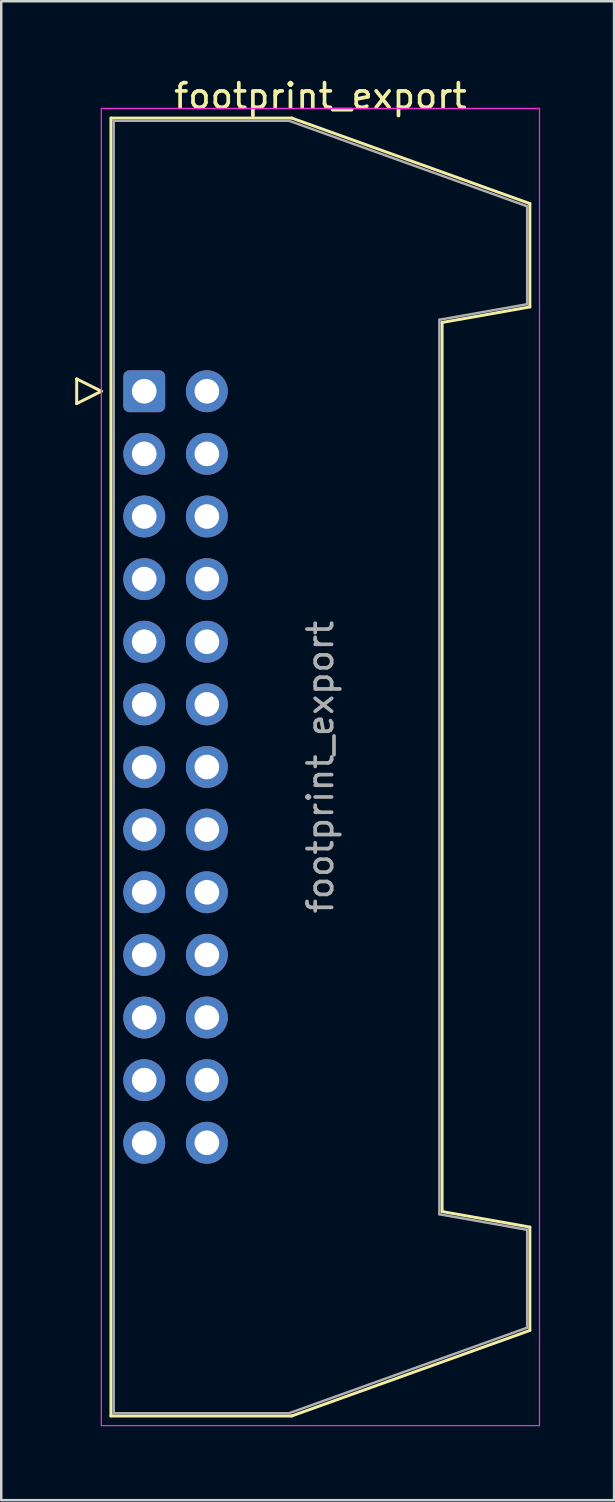
<source format=kicad_pcb>
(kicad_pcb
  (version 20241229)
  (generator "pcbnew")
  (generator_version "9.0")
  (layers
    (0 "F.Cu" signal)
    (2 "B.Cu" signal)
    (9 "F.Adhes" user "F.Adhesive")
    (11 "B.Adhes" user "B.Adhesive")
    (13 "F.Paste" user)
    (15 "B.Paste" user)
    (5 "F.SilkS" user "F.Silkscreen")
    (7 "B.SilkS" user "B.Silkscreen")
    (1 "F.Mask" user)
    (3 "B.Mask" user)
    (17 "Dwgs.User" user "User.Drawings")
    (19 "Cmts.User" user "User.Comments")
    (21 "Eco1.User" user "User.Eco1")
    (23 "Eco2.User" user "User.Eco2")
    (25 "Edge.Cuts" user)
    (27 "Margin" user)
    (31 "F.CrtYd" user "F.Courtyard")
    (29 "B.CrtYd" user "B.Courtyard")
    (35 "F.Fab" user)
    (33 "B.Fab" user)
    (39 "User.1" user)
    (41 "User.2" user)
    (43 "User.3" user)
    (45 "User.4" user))
  (footprint "footprint_export"
    (layer "F.Cu")
    (at 2.8 12.818)
    (property "Reference" "footprint_export" (at 7.145 -11.97 0) (layer "F.SilkS") (effects (font (size 1 1) (thickness 0.15))))
    (attr through_hole)
    (fp_line (start -2.74 -0.5) (end -2.74 0.5) (stroke (width 0.12) (type solid)) (layer "F.SilkS"))
    (fp_line (start -2.74 0.5) (end -1.74 0) (stroke (width 0.12) (type solid)) (layer "F.SilkS"))
    (fp_line (start -1.74 0) (end -2.74 -0.5) (stroke (width 0.12) (type solid)) (layer "F.SilkS"))
    (fp_line (start -1.35 -11.08) (end 5.98 -11.08) (stroke (width 0.12) (type solid)) (layer "F.SilkS"))
    (fp_line (start -1.35 41.56) (end -1.35 -11.08) (stroke (width 0.12) (type solid)) (layer "F.SilkS"))
    (fp_line (start 5.98 -11.08) (end 15.64 -7.61) (stroke (width 0.12) (type solid)) (layer "F.SilkS"))
    (fp_line (start 5.98 41.56) (end -1.35 41.56) (stroke (width 0.12) (type solid)) (layer "F.SilkS"))
    (fp_line (start 12.08 -2.79) (end 12.08 33.27) (stroke (width 0.12) (type solid)) (layer "F.SilkS"))
    (fp_line (start 12.08 33.27) (end 15.64 33.9) (stroke (width 0.12) (type solid)) (layer "F.SilkS"))
    (fp_line (start 15.64 -7.61) (end 15.64 -3.42) (stroke (width 0.12) (type solid)) (layer "F.SilkS"))
    (fp_line (start 15.64 -3.42) (end 12.08 -2.79) (stroke (width 0.12) (type solid)) (layer "F.SilkS"))
    (fp_line (start 15.64 33.9) (end 15.64 38.09) (stroke (width 0.12) (type solid)) (layer "F.SilkS"))
    (fp_line (start 15.64 38.09) (end 5.98 41.56) (stroke (width 0.12) (type solid)) (layer "F.SilkS"))
    (fp_line (start -1.74 -11.47) (end -1.74 41.95) (stroke (width 0.05) (type solid)) (layer "F.CrtYd"))
    (fp_line (start -1.74 41.95) (end 16.03 41.95) (stroke (width 0.05) (type solid)) (layer "F.CrtYd"))
    (fp_line (start 16.03 -11.47) (end -1.74 -11.47) (stroke (width 0.05) (type solid)) (layer "F.CrtYd"))
    (fp_line (start 16.03 41.95) (end 16.03 -11.47) (stroke (width 0.05) (type solid)) (layer "F.CrtYd"))
    (fp_line (start -1.24 -10.97) (end 5.87 -10.97) (stroke (width 0.1) (type solid)) (layer "F.Fab"))
    (fp_line (start -1.24 41.45) (end -1.24 -10.97) (stroke (width 0.1) (type solid)) (layer "F.Fab"))
    (fp_line (start 5.87 -10.97) (end 15.53 -7.5) (stroke (width 0.1) (type solid)) (layer "F.Fab"))
    (fp_line (start 5.87 41.45) (end -1.24 41.45) (stroke (width 0.1) (type solid)) (layer "F.Fab"))
    (fp_line (start 11.97 -2.9) (end 11.97 33.38) (stroke (width 0.1) (type solid)) (layer "F.Fab"))
    (fp_line (start 11.97 33.38) (end 15.53 34.01) (stroke (width 0.1) (type solid)) (layer "F.Fab"))
    (fp_line (start 15.53 -7.5) (end 15.53 -3.53) (stroke (width 0.1) (type solid)) (layer "F.Fab"))
    (fp_line (start 15.53 -3.53) (end 11.97 -2.9) (stroke (width 0.1) (type solid)) (layer "F.Fab"))
    (fp_line (start 15.53 34.01) (end 15.53 37.98) (stroke (width 0.1) (type solid)) (layer "F.Fab"))
    (fp_line (start 15.53 37.98) (end 5.87 41.45) (stroke (width 0.1) (type solid)) (layer "F.Fab"))
    (fp_text user "${REFERENCE}" (at 7.145 15.24 90) (layer "F.Fab") (effects (font (size 1 1) (thickness 0.15))))
    (pad "1" thru_hole roundrect (at 0 0) (size 1.7 1.7) (drill 1) (layers "*.Cu" "*.Mask") (roundrect_rratio 0.147))
    (pad "2" thru_hole circle (at 2.54 0) (size 1.7 1.7) (drill 1) (layers "*.Cu" "*.Mask"))
    (pad "3" thru_hole circle (at 0 2.54) (size 1.7 1.7) (drill 1) (layers "*.Cu" "*.Mask"))
    (pad "4" thru_hole circle (at 2.54 2.54) (size 1.7 1.7) (drill 1) (layers "*.Cu" "*.Mask"))
    (pad "5" thru_hole circle (at 0 5.08) (size 1.7 1.7) (drill 1) (layers "*.Cu" "*.Mask"))
    (pad "6" thru_hole circle (at 2.54 5.08) (size 1.7 1.7) (drill 1) (layers "*.Cu" "*.Mask"))
    (pad "7" thru_hole circle (at 0 7.62) (size 1.7 1.7) (drill 1) (layers "*.Cu" "*.Mask"))
    (pad "8" thru_hole circle (at 2.54 7.62) (size 1.7 1.7) (drill 1) (layers "*.Cu" "*.Mask"))
    (pad "9" thru_hole circle (at 0 10.16) (size 1.7 1.7) (drill 1) (layers "*.Cu" "*.Mask"))
    (pad "10" thru_hole circle (at 2.54 10.16) (size 1.7 1.7) (drill 1) (layers "*.Cu" "*.Mask"))
    (pad "11" thru_hole circle (at 0 12.7) (size 1.7 1.7) (drill 1) (layers "*.Cu" "*.Mask"))
    (pad "12" thru_hole circle (at 2.54 12.7) (size 1.7 1.7) (drill 1) (layers "*.Cu" "*.Mask"))
    (pad "13" thru_hole circle (at 0 15.24) (size 1.7 1.7) (drill 1) (layers "*.Cu" "*.Mask"))
    (pad "14" thru_hole circle (at 2.54 15.24) (size 1.7 1.7) (drill 1) (layers "*.Cu" "*.Mask"))
    (pad "15" thru_hole circle (at 0 17.78) (size 1.7 1.7) (drill 1) (layers "*.Cu" "*.Mask"))
    (pad "16" thru_hole circle (at 2.54 17.78) (size 1.7 1.7) (drill 1) (layers "*.Cu" "*.Mask"))
    (pad "17" thru_hole circle (at 0 20.32) (size 1.7 1.7) (drill 1) (layers "*.Cu" "*.Mask"))
    (pad "18" thru_hole circle (at 2.54 20.32) (size 1.7 1.7) (drill 1) (layers "*.Cu" "*.Mask"))
    (pad "19" thru_hole circle (at 0 22.86) (size 1.7 1.7) (drill 1) (layers "*.Cu" "*.Mask"))
    (pad "20" thru_hole circle (at 2.54 22.86) (size 1.7 1.7) (drill 1) (layers "*.Cu" "*.Mask"))
    (pad "21" thru_hole circle (at 0 25.4) (size 1.7 1.7) (drill 1) (layers "*.Cu" "*.Mask"))
    (pad "22" thru_hole circle (at 2.54 25.4) (size 1.7 1.7) (drill 1) (layers "*.Cu" "*.Mask"))
    (pad "23" thru_hole circle (at 0 27.94) (size 1.7 1.7) (drill 1) (layers "*.Cu" "*.Mask"))
    (pad "24" thru_hole circle (at 2.54 27.94) (size 1.7 1.7) (drill 1) (layers "*.Cu" "*.Mask"))
    (pad "25" thru_hole circle (at 0 30.48) (size 1.7 1.7) (drill 1) (layers "*.Cu" "*.Mask"))
    (pad "26" thru_hole circle (at 2.54 30.48) (size 1.7 1.7) (drill 1) (layers "*.Cu" "*.Mask")))
  (gr_rect
    (start -3 -3)
    (end 21.855 57.793)
    (stroke (width 0.1) (type default))
    (fill no)
    (layer "Edge.Cuts")))
</source>
